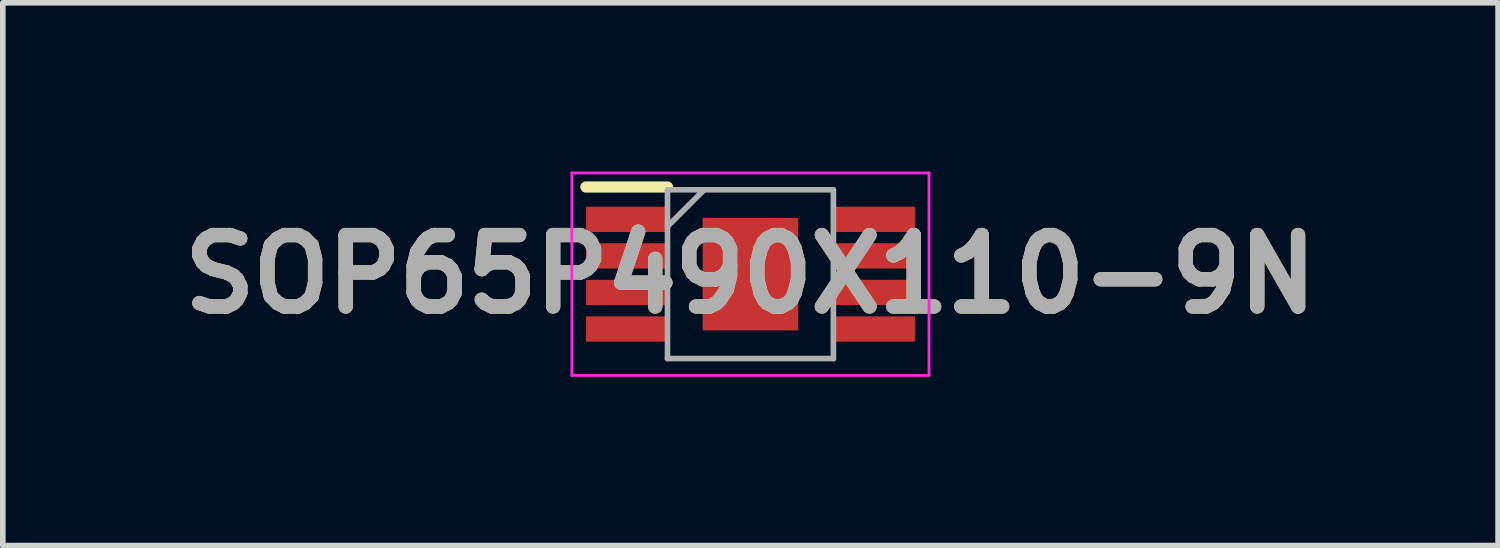
<source format=kicad_pcb>
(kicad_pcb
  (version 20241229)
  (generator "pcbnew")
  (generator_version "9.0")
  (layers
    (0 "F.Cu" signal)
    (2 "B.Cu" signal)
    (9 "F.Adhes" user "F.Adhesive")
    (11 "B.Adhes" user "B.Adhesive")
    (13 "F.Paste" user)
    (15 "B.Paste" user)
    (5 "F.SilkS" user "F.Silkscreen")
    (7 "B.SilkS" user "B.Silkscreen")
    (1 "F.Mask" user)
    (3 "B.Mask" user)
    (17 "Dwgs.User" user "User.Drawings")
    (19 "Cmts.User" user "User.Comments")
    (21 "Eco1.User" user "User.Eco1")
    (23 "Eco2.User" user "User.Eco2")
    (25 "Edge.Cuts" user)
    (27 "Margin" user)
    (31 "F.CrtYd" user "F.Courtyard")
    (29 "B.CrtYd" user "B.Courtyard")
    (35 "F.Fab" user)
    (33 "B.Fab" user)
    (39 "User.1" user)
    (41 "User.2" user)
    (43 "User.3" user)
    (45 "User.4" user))
  (footprint "SOP65P490X110-9N"
    (layer "F.Cu")
    (at 10.293 1.825)
    (property "Reference" "SOP65P490X110-9N" (at 0 0 0) (layer "F.SilkS") (effects (font (size 1.27 1.27) (thickness 0.254))))
    (attr smd)
    (fp_line (start -2.925 -1.55) (end -1.475 -1.55) (stroke (width 0.2) (type solid)) (layer "F.SilkS"))
    (fp_line (start -3.175 -1.8) (end 3.175 -1.8) (stroke (width 0.05) (type solid)) (layer "F.CrtYd"))
    (fp_line (start -3.175 1.8) (end -3.175 -1.8) (stroke (width 0.05) (type solid)) (layer "F.CrtYd"))
    (fp_line (start 3.175 -1.8) (end 3.175 1.8) (stroke (width 0.05) (type solid)) (layer "F.CrtYd"))
    (fp_line (start 3.175 1.8) (end -3.175 1.8) (stroke (width 0.05) (type solid)) (layer "F.CrtYd"))
    (fp_line (start -1.475 -1.5) (end 1.475 -1.5) (stroke (width 0.1) (type solid)) (layer "F.Fab"))
    (fp_line (start -1.475 -0.85) (end -0.825 -1.5) (stroke (width 0.1) (type solid)) (layer "F.Fab"))
    (fp_line (start -1.475 1.5) (end -1.475 -1.5) (stroke (width 0.1) (type solid)) (layer "F.Fab"))
    (fp_line (start 1.475 -1.5) (end 1.475 1.5) (stroke (width 0.1) (type solid)) (layer "F.Fab"))
    (fp_line (start 1.475 1.5) (end -1.475 1.5) (stroke (width 0.1) (type solid)) (layer "F.Fab"))
    (fp_text user "${REFERENCE}" (at 0 0 0) (layer "F.Fab") (effects (font (size 1.27 1.27) (thickness 0.254))))
    (pad "1" smd rect (at -2.2 -0.975 90) (size 0.45 1.45) (layers "F.Cu" "F.Mask" "F.Paste"))
    (pad "2" smd rect (at -2.2 -0.325 90) (size 0.45 1.45) (layers "F.Cu" "F.Mask" "F.Paste"))
    (pad "3" smd rect (at -2.2 0.325 90) (size 0.45 1.45) (layers "F.Cu" "F.Mask" "F.Paste"))
    (pad "4" smd rect (at -2.2 0.975 90) (size 0.45 1.45) (layers "F.Cu" "F.Mask" "F.Paste"))
    (pad "5" smd rect (at 2.2 0.975 90) (size 0.45 1.45) (layers "F.Cu" "F.Mask" "F.Paste"))
    (pad "6" smd rect (at 2.2 0.325 90) (size 0.45 1.45) (layers "F.Cu" "F.Mask" "F.Paste"))
    (pad "7" smd rect (at 2.2 -0.325 90) (size 0.45 1.45) (layers "F.Cu" "F.Mask" "F.Paste"))
    (pad "8" smd rect (at 2.2 -0.975 90) (size 0.45 1.45) (layers "F.Cu" "F.Mask" "F.Paste"))
    (pad "9" smd rect (at 0 0) (size 1.7 2) (layers "F.Cu" "F.Mask" "F.Paste")))
  (gr_rect
    (start -3 -3)
    (end 23.586 6.65)
    (stroke (width 0.1) (type default))
    (fill no)
    (layer "Edge.Cuts")))
</source>
